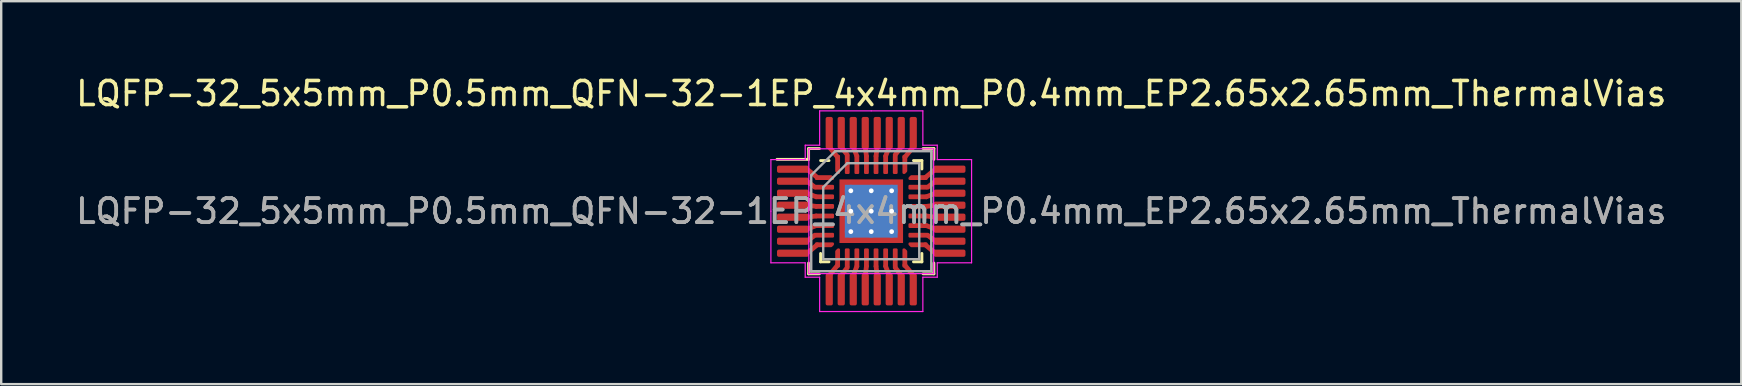
<source format=kicad_pcb>
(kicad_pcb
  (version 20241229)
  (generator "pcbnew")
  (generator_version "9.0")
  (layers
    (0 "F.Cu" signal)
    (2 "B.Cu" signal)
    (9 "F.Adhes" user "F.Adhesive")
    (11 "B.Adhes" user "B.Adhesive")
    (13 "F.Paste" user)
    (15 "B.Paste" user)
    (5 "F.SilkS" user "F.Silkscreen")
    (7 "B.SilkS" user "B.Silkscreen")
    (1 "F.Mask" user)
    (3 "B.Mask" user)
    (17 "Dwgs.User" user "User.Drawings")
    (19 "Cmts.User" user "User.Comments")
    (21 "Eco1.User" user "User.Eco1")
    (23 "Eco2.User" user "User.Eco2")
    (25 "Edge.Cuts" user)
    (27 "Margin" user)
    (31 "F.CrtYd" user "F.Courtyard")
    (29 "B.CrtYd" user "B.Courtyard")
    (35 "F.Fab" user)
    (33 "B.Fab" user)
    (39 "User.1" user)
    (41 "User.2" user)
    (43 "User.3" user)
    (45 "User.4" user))
  (footprint "LQFP-32_5x5mm_P0.5mm_QFN-32-1EP_4x4mm_P0.4mm_EP2.65x2.65mm_ThermalVias"
    (layer "F.Cu")
    (at 33.244 5.748)
    (property "Reference" "LQFP-32_5x5mm_P0.5mm_QFN-32-1EP_4x4mm_P0.4mm_EP2.65x2.65mm_ThermalVias" (at 0 -4.9 0) (layer "F.SilkS") (effects (font (size 1 1) (thickness 0.15))))
    (attr smd)
    (fp_line (start -2.675 -1.75) (end -2.3 -1.45) (stroke (width 0.2) (type solid)) (layer "F.Cu"))
    (fp_line (start -2.675 -1.25) (end -2.35 -1) (stroke (width 0.2) (type solid)) (layer "F.Cu"))
    (fp_line (start -2.675 -0.75) (end -2.3 -0.6) (stroke (width 0.2) (type solid)) (layer "F.Cu"))
    (fp_line (start -2.675 -0.25) (end -2.3 -0.2) (stroke (width 0.2) (type solid)) (layer "F.Cu"))
    (fp_line (start -2.675 0.25) (end -2.3 0.2) (stroke (width 0.2) (type solid)) (layer "F.Cu"))
    (fp_line (start -2.675 0.75) (end -2.3 0.6) (stroke (width 0.2) (type solid)) (layer "F.Cu"))
    (fp_line (start -2.675 1.25) (end -2.35 1) (stroke (width 0.2) (type solid)) (layer "F.Cu"))
    (fp_line (start -2.675 1.75) (end -2.25 1.4) (stroke (width 0.2) (type solid)) (layer "F.Cu"))
    (fp_line (start -1.75 -2.675) (end -1.4 -2.25) (stroke (width 0.2) (type solid)) (layer "F.Cu"))
    (fp_line (start -1.75 2.675) (end -1.4 2.25) (stroke (width 0.2) (type solid)) (layer "F.Cu"))
    (fp_line (start -1.25 -2.675) (end -1 -2.35) (stroke (width 0.2) (type solid)) (layer "F.Cu"))
    (fp_line (start -1.25 2.675) (end -1 2.35) (stroke (width 0.2) (type solid)) (layer "F.Cu"))
    (fp_line (start -0.75 -2.675) (end -0.6 -2.3) (stroke (width 0.2) (type solid)) (layer "F.Cu"))
    (fp_line (start -0.75 2.675) (end -0.6 2.3) (stroke (width 0.2) (type solid)) (layer "F.Cu"))
    (fp_line (start -0.25 -2.675) (end -0.2 -2.3) (stroke (width 0.2) (type solid)) (layer "F.Cu"))
    (fp_line (start -0.25 2.675) (end -0.2 2.3) (stroke (width 0.2) (type solid)) (layer "F.Cu"))
    (fp_line (start 0.25 -2.675) (end 0.2 -2.3) (stroke (width 0.2) (type solid)) (layer "F.Cu"))
    (fp_line (start 0.25 2.675) (end 0.2 2.3) (stroke (width 0.2) (type solid)) (layer "F.Cu"))
    (fp_line (start 0.75 -2.675) (end 0.6 -2.3) (stroke (width 0.2) (type solid)) (layer "F.Cu"))
    (fp_line (start 0.75 2.675) (end 0.6 2.3) (stroke (width 0.2) (type solid)) (layer "F.Cu"))
    (fp_line (start 1.25 -2.675) (end 1 -2.35) (stroke (width 0.2) (type solid)) (layer "F.Cu"))
    (fp_line (start 1.25 2.675) (end 1 2.35) (stroke (width 0.2) (type solid)) (layer "F.Cu"))
    (fp_line (start 1.75 -2.675) (end 1.4 -2.25) (stroke (width 0.2) (type solid)) (layer "F.Cu"))
    (fp_line (start 1.75 2.675) (end 1.4 2.25) (stroke (width 0.2) (type solid)) (layer "F.Cu"))
    (fp_line (start 2.675 -1.75) (end 2.25 -1.4) (stroke (width 0.2) (type solid)) (layer "F.Cu"))
    (fp_line (start 2.675 -1.25) (end 2.35 -1) (stroke (width 0.2) (type solid)) (layer "F.Cu"))
    (fp_line (start 2.675 -0.75) (end 2.3 -0.6) (stroke (width 0.2) (type solid)) (layer "F.Cu"))
    (fp_line (start 2.675 -0.25) (end 2.3 -0.2) (stroke (width 0.2) (type solid)) (layer "F.Cu"))
    (fp_line (start 2.675 0.25) (end 2.3 0.2) (stroke (width 0.2) (type solid)) (layer "F.Cu"))
    (fp_line (start 2.675 0.75) (end 2.3 0.6) (stroke (width 0.2) (type solid)) (layer "F.Cu"))
    (fp_line (start 2.675 1.25) (end 2.35 1) (stroke (width 0.2) (type solid)) (layer "F.Cu"))
    (fp_line (start 2.675 1.75) (end 2.25 1.4) (stroke (width 0.2) (type solid)) (layer "F.Cu"))
    (fp_line (start -2.61 -2.61) (end -2.61 -2.16) (stroke (width 0.12) (type solid)) (layer "F.SilkS"))
    (fp_line (start -2.61 -2.16) (end -3.925 -2.16) (stroke (width 0.12) (type solid)) (layer "F.SilkS"))
    (fp_line (start -2.61 2.61) (end -2.61 2.16) (stroke (width 0.12) (type solid)) (layer "F.SilkS"))
    (fp_line (start -2.16 -2.61) (end -2.61 -2.61) (stroke (width 0.12) (type solid)) (layer "F.SilkS"))
    (fp_line (start -2.16 2.61) (end -2.61 2.61) (stroke (width 0.12) (type solid)) (layer "F.SilkS"))
    (fp_line (start -2.11 2.11) (end -2.11 1.76) (stroke (width 0.12) (type solid)) (layer "F.SilkS"))
    (fp_line (start -1.76 -2.11) (end -2.11 -2.11) (stroke (width 0.12) (type solid)) (layer "F.SilkS"))
    (fp_line (start -1.76 2.11) (end -2.11 2.11) (stroke (width 0.12) (type solid)) (layer "F.SilkS"))
    (fp_line (start 1.76 -2.11) (end 2.11 -2.11) (stroke (width 0.12) (type solid)) (layer "F.SilkS"))
    (fp_line (start 1.76 2.11) (end 2.11 2.11) (stroke (width 0.12) (type solid)) (layer "F.SilkS"))
    (fp_line (start 2.11 -2.11) (end 2.11 -1.76) (stroke (width 0.12) (type solid)) (layer "F.SilkS"))
    (fp_line (start 2.11 2.11) (end 2.11 1.76) (stroke (width 0.12) (type solid)) (layer "F.SilkS"))
    (fp_line (start 2.16 -2.61) (end 2.61 -2.61) (stroke (width 0.12) (type solid)) (layer "F.SilkS"))
    (fp_line (start 2.16 2.61) (end 2.61 2.61) (stroke (width 0.12) (type solid)) (layer "F.SilkS"))
    (fp_line (start 2.61 -2.61) (end 2.61 -2.16) (stroke (width 0.12) (type solid)) (layer "F.SilkS"))
    (fp_line (start 2.61 2.61) (end 2.61 2.16) (stroke (width 0.12) (type solid)) (layer "F.SilkS"))
    (fp_line (start -4.18 -2.15) (end -4.18 0) (stroke (width 0.05) (type solid)) (layer "F.CrtYd"))
    (fp_line (start -4.18 2.15) (end -4.18 0) (stroke (width 0.05) (type solid)) (layer "F.CrtYd"))
    (fp_line (start -2.75 -2.75) (end -2.75 -2.15) (stroke (width 0.05) (type solid)) (layer "F.CrtYd"))
    (fp_line (start -2.75 -2.15) (end -4.18 -2.15) (stroke (width 0.05) (type solid)) (layer "F.CrtYd"))
    (fp_line (start -2.75 2.15) (end -4.18 2.15) (stroke (width 0.05) (type solid)) (layer "F.CrtYd"))
    (fp_line (start -2.75 2.75) (end -2.75 2.15) (stroke (width 0.05) (type solid)) (layer "F.CrtYd"))
    (fp_line (start -2.6 -2.6) (end -2.6 2.6) (stroke (width 0.05) (type solid)) (layer "F.CrtYd"))
    (fp_line (start -2.6 2.6) (end 2.6 2.6) (stroke (width 0.05) (type solid)) (layer "F.CrtYd"))
    (fp_line (start -2.15 -4.18) (end -2.15 -2.75) (stroke (width 0.05) (type solid)) (layer "F.CrtYd"))
    (fp_line (start -2.15 -2.75) (end -2.75 -2.75) (stroke (width 0.05) (type solid)) (layer "F.CrtYd"))
    (fp_line (start -2.15 2.75) (end -2.75 2.75) (stroke (width 0.05) (type solid)) (layer "F.CrtYd"))
    (fp_line (start -2.15 4.18) (end -2.15 2.75) (stroke (width 0.05) (type solid)) (layer "F.CrtYd"))
    (fp_line (start 0 -4.18) (end -2.15 -4.18) (stroke (width 0.05) (type solid)) (layer "F.CrtYd"))
    (fp_line (start 0 -4.18) (end 2.15 -4.18) (stroke (width 0.05) (type solid)) (layer "F.CrtYd"))
    (fp_line (start 0 4.18) (end -2.15 4.18) (stroke (width 0.05) (type solid)) (layer "F.CrtYd"))
    (fp_line (start 0 4.18) (end 2.15 4.18) (stroke (width 0.05) (type solid)) (layer "F.CrtYd"))
    (fp_line (start 2.15 -4.18) (end 2.15 -2.75) (stroke (width 0.05) (type solid)) (layer "F.CrtYd"))
    (fp_line (start 2.15 -2.75) (end 2.75 -2.75) (stroke (width 0.05) (type solid)) (layer "F.CrtYd"))
    (fp_line (start 2.15 2.75) (end 2.75 2.75) (stroke (width 0.05) (type solid)) (layer "F.CrtYd"))
    (fp_line (start 2.15 4.18) (end 2.15 2.75) (stroke (width 0.05) (type solid)) (layer "F.CrtYd"))
    (fp_line (start 2.6 -2.6) (end -2.6 -2.6) (stroke (width 0.05) (type solid)) (layer "F.CrtYd"))
    (fp_line (start 2.6 2.6) (end 2.6 -2.6) (stroke (width 0.05) (type solid)) (layer "F.CrtYd"))
    (fp_line (start 2.75 -2.75) (end 2.75 -2.15) (stroke (width 0.05) (type solid)) (layer "F.CrtYd"))
    (fp_line (start 2.75 -2.15) (end 4.18 -2.15) (stroke (width 0.05) (type solid)) (layer "F.CrtYd"))
    (fp_line (start 2.75 2.15) (end 4.18 2.15) (stroke (width 0.05) (type solid)) (layer "F.CrtYd"))
    (fp_line (start 2.75 2.75) (end 2.75 2.15) (stroke (width 0.05) (type solid)) (layer "F.CrtYd"))
    (fp_line (start 4.18 -2.15) (end 4.18 0) (stroke (width 0.05) (type solid)) (layer "F.CrtYd"))
    (fp_line (start 4.18 2.15) (end 4.18 0) (stroke (width 0.05) (type solid)) (layer "F.CrtYd"))
    (fp_line (start -2.5 -1.5) (end -1.5 -2.5) (stroke (width 0.1) (type solid)) (layer "F.Fab"))
    (fp_line (start -2.5 2.5) (end -2.5 -1.5) (stroke (width 0.1) (type solid)) (layer "F.Fab"))
    (fp_line (start -2 -1) (end -1 -2) (stroke (width 0.1) (type solid)) (layer "F.Fab"))
    (fp_line (start -2 2) (end -2 -1) (stroke (width 0.1) (type solid)) (layer "F.Fab"))
    (fp_line (start -1.5 -2.5) (end 2.5 -2.5) (stroke (width 0.1) (type solid)) (layer "F.Fab"))
    (fp_line (start -1 -2) (end 2 -2) (stroke (width 0.1) (type solid)) (layer "F.Fab"))
    (fp_line (start 2 -2) (end 2 2) (stroke (width 0.1) (type solid)) (layer "F.Fab"))
    (fp_line (start 2 2) (end -2 2) (stroke (width 0.1) (type solid)) (layer "F.Fab"))
    (fp_line (start 2.5 -2.5) (end 2.5 2.5) (stroke (width 0.1) (type solid)) (layer "F.Fab"))
    (fp_line (start 2.5 2.5) (end -2.5 2.5) (stroke (width 0.1) (type solid)) (layer "F.Fab"))
    (fp_text user "${REFERENCE}" (at 0 0 0) (layer "F.Fab") (effects (font (size 1 1) (thickness 0.15))))
    (fp_text user "${REFERENCE}" (at 0 0 0) (layer "F.Fab") (effects (font (size 1 1) (thickness 0.15))))
    (pad "" smd custom (at -1.087 -1.087) (size 0.248 0.248) (layers "F.Paste") (options (anchor circle)) (primitives (gr_poly (pts (xy 0.096 -0.039) (xy -0.039 0.096) (xy -0.096 0.096) (xy -0.096 -0.096) (xy 0.096 -0.096)) (width 0.191) (fill yes))))
    (pad "" smd custom (at -1.087 -0.425) (size 0.274 0.274) (layers "F.Paste") (options (anchor circle)) (primitives (gr_poly (pts (xy 0.096 -0.149) (xy 0.096 0.149) (xy -0.003 0.247) (xy -0.096 0.247) (xy -0.096 -0.247) (xy -0.003 -0.247)) (width 0.191) (fill yes))))
    (pad "" smd custom (at -1.087 0.425) (size 0.274 0.274) (layers "F.Paste") (options (anchor circle)) (primitives (gr_poly (pts (xy 0.096 -0.149) (xy 0.096 0.149) (xy -0.003 0.247) (xy -0.096 0.247) (xy -0.096 -0.247) (xy -0.003 -0.247)) (width 0.191) (fill yes))))
    (pad "" smd custom (at -1.087 1.087) (size 0.248 0.248) (layers "F.Paste") (options (anchor circle)) (primitives (gr_poly (pts (xy 0.096 0.039) (xy 0.096 0.096) (xy -0.096 0.096) (xy -0.096 -0.096) (xy -0.039 -0.096)) (width 0.191) (fill yes))))
    (pad "" smd custom (at -0.425 -1.087) (size 0.274 0.274) (layers "F.Paste") (options (anchor circle)) (primitives (gr_poly (pts (xy 0.247 -0.003) (xy 0.149 0.096) (xy -0.149 0.096) (xy -0.247 -0.003) (xy -0.247 -0.096) (xy 0.247 -0.096)) (width 0.191) (fill yes))))
    (pad "" smd custom (at -0.425 -0.425) (size 0.602 0.602) (layers "F.Paste") (options (anchor circle)) (primitives (gr_poly (pts (xy 0.259 -0.19) (xy 0.259 0.19) (xy 0.19 0.259) (xy -0.19 0.259) (xy -0.259 0.19) (xy -0.259 -0.19) (xy -0.19 -0.259) (xy 0.19 -0.259)) (width 0.167) (fill yes))))
    (pad "" smd custom (at -0.425 0.425) (size 0.602 0.602) (layers "F.Paste") (options (anchor circle)) (primitives (gr_poly (pts (xy 0.259 -0.19) (xy 0.259 0.19) (xy 0.19 0.259) (xy -0.19 0.259) (xy -0.259 0.19) (xy -0.259 -0.19) (xy -0.19 -0.259) (xy 0.19 -0.259)) (width 0.167) (fill yes))))
    (pad "" smd custom (at -0.425 1.087) (size 0.274 0.274) (layers "F.Paste") (options (anchor circle)) (primitives (gr_poly (pts (xy 0.247 0.003) (xy 0.247 0.096) (xy -0.247 0.096) (xy -0.247 0.003) (xy -0.149 -0.096) (xy 0.149 -0.096)) (width 0.191) (fill yes))))
    (pad "" smd custom (at 0.425 -1.087) (size 0.274 0.274) (layers "F.Paste") (options (anchor circle)) (primitives (gr_poly (pts (xy 0.247 -0.003) (xy 0.149 0.096) (xy -0.149 0.096) (xy -0.247 -0.003) (xy -0.247 -0.096) (xy 0.247 -0.096)) (width 0.191) (fill yes))))
    (pad "" smd custom (at 0.425 -0.425) (size 0.602 0.602) (layers "F.Paste") (options (anchor circle)) (primitives (gr_poly (pts (xy 0.259 -0.19) (xy 0.259 0.19) (xy 0.19 0.259) (xy -0.19 0.259) (xy -0.259 0.19) (xy -0.259 -0.19) (xy -0.19 -0.259) (xy 0.19 -0.259)) (width 0.167) (fill yes))))
    (pad "" smd custom (at 0.425 0.425) (size 0.602 0.602) (layers "F.Paste") (options (anchor circle)) (primitives (gr_poly (pts (xy 0.259 -0.19) (xy 0.259 0.19) (xy 0.19 0.259) (xy -0.19 0.259) (xy -0.259 0.19) (xy -0.259 -0.19) (xy -0.19 -0.259) (xy 0.19 -0.259)) (width 0.167) (fill yes))))
    (pad "" smd custom (at 0.425 1.087) (size 0.274 0.274) (layers "F.Paste") (options (anchor circle)) (primitives (gr_poly (pts (xy 0.247 0.003) (xy 0.247 0.096) (xy -0.247 0.096) (xy -0.247 0.003) (xy -0.149 -0.096) (xy 0.149 -0.096)) (width 0.191) (fill yes))))
    (pad "" smd custom (at 1.087 -1.087) (size 0.248 0.248) (layers "F.Paste") (options (anchor circle)) (primitives (gr_poly (pts (xy 0.096 0.096) (xy 0.039 0.096) (xy -0.096 -0.039) (xy -0.096 -0.096) (xy 0.096 -0.096)) (width 0.191) (fill yes))))
    (pad "" smd custom (at 1.087 -0.425) (size 0.274 0.274) (layers "F.Paste") (options (anchor circle)) (primitives (gr_poly (pts (xy 0.096 0.247) (xy 0.003 0.247) (xy -0.096 0.149) (xy -0.096 -0.149) (xy 0.003 -0.247) (xy 0.096 -0.247)) (width 0.191) (fill yes))))
    (pad "" smd custom (at 1.087 0.425) (size 0.274 0.274) (layers "F.Paste") (options (anchor circle)) (primitives (gr_poly (pts (xy 0.096 0.247) (xy 0.003 0.247) (xy -0.096 0.149) (xy -0.096 -0.149) (xy 0.003 -0.247) (xy 0.096 -0.247)) (width 0.191) (fill yes))))
    (pad "" smd custom (at 1.087 1.087) (size 0.248 0.248) (layers "F.Paste") (options (anchor circle)) (primitives (gr_poly (pts (xy 0.096 0.096) (xy -0.096 0.096) (xy -0.096 0.039) (xy 0.039 -0.096) (xy 0.096 -0.096)) (width 0.191) (fill yes))))
    (pad "1" smd roundrect (at -3.263 -1.75) (size 1.325 0.3) (layers "F.Cu" "F.Mask" "F.Paste") (roundrect_rratio 0.25))
    (pad "1" smd custom (at -1.95 -1.4) (size 0.129 0.129) (layers "F.Cu" "F.Mask" "F.Paste") (options (anchor circle)) (primitives (gr_poly (pts (xy 0.35 0.021) (xy 0.35 0.05) (xy -0.35 0.05) (xy -0.35 -0.05) (xy 0.279 -0.05)) (width 0.1) (fill yes))))
    (pad "2" smd roundrect (at -3.263 -1.25) (size 1.325 0.3) (layers "F.Cu" "F.Mask" "F.Paste") (roundrect_rratio 0.25))
    (pad "2" smd roundrect (at -1.95 -1) (size 0.8 0.2) (layers "F.Cu" "F.Mask" "F.Paste") (roundrect_rratio 0.25))
    (pad "3" smd roundrect (at -3.263 -0.75) (size 1.325 0.3) (layers "F.Cu" "F.Mask" "F.Paste") (roundrect_rratio 0.25))
    (pad "3" smd roundrect (at -1.95 -0.6) (size 0.8 0.2) (layers "F.Cu" "F.Mask" "F.Paste") (roundrect_rratio 0.25))
    (pad "4" smd roundrect (at -3.263 -0.25) (size 1.325 0.3) (layers "F.Cu" "F.Mask" "F.Paste") (roundrect_rratio 0.25))
    (pad "4" smd roundrect (at -1.95 -0.2) (size 0.8 0.2) (layers "F.Cu" "F.Mask" "F.Paste") (roundrect_rratio 0.25))
    (pad "5" smd roundrect (at -3.263 0.25) (size 1.325 0.3) (layers "F.Cu" "F.Mask" "F.Paste") (roundrect_rratio 0.25))
    (pad "5" smd roundrect (at -1.95 0.2) (size 0.8 0.2) (layers "F.Cu" "F.Mask" "F.Paste") (roundrect_rratio 0.25))
    (pad "6" smd roundrect (at -3.263 0.75) (size 1.325 0.3) (layers "F.Cu" "F.Mask" "F.Paste") (roundrect_rratio 0.25))
    (pad "6" smd roundrect (at -1.95 0.6) (size 0.8 0.2) (layers "F.Cu" "F.Mask" "F.Paste") (roundrect_rratio 0.25))
    (pad "7" smd roundrect (at -3.263 1.25) (size 1.325 0.3) (layers "F.Cu" "F.Mask" "F.Paste") (roundrect_rratio 0.25))
    (pad "7" smd roundrect (at -1.95 1) (size 0.8 0.2) (layers "F.Cu" "F.Mask" "F.Paste") (roundrect_rratio 0.25))
    (pad "8" smd roundrect (at -3.263 1.75) (size 1.325 0.3) (layers "F.Cu" "F.Mask" "F.Paste") (roundrect_rratio 0.25))
    (pad "8" smd custom (at -1.95 1.4) (size 0.129 0.129) (layers "F.Cu" "F.Mask" "F.Paste") (options (anchor circle)) (primitives (gr_poly (pts (xy 0.35 -0.021) (xy 0.279 0.05) (xy -0.35 0.05) (xy -0.35 -0.05) (xy 0.35 -0.05)) (width 0.1) (fill yes))))
    (pad "9" smd roundrect (at -1.75 3.263) (size 0.3 1.325) (layers "F.Cu" "F.Mask" "F.Paste") (roundrect_rratio 0.25))
    (pad "9" smd custom (at -1.4 1.95) (size 0.129 0.129) (layers "F.Cu" "F.Mask" "F.Paste") (options (anchor circle)) (primitives (gr_poly (pts (xy 0.05 0.35) (xy -0.05 0.35) (xy -0.05 -0.279) (xy 0.021 -0.35) (xy 0.05 -0.35)) (width 0.1) (fill yes))))
    (pad "10" smd roundrect (at -1.25 3.263) (size 0.3 1.325) (layers "F.Cu" "F.Mask" "F.Paste") (roundrect_rratio 0.25))
    (pad "10" smd roundrect (at -1 1.95) (size 0.2 0.8) (layers "F.Cu" "F.Mask" "F.Paste") (roundrect_rratio 0.25))
    (pad "11" smd roundrect (at -0.75 3.263) (size 0.3 1.325) (layers "F.Cu" "F.Mask" "F.Paste") (roundrect_rratio 0.25))
    (pad "11" smd roundrect (at -0.6 1.95) (size 0.2 0.8) (layers "F.Cu" "F.Mask" "F.Paste") (roundrect_rratio 0.25))
    (pad "12" smd roundrect (at -0.25 3.263) (size 0.3 1.325) (layers "F.Cu" "F.Mask" "F.Paste") (roundrect_rratio 0.25))
    (pad "12" smd roundrect (at -0.2 1.95) (size 0.2 0.8) (layers "F.Cu" "F.Mask" "F.Paste") (roundrect_rratio 0.25))
    (pad "13" smd roundrect (at 0.2 1.95) (size 0.2 0.8) (layers "F.Cu" "F.Mask" "F.Paste") (roundrect_rratio 0.25))
    (pad "13" smd roundrect (at 0.25 3.263) (size 0.3 1.325) (layers "F.Cu" "F.Mask" "F.Paste") (roundrect_rratio 0.25))
    (pad "14" smd roundrect (at 0.6 1.95) (size 0.2 0.8) (layers "F.Cu" "F.Mask" "F.Paste") (roundrect_rratio 0.25))
    (pad "14" smd roundrect (at 0.75 3.263) (size 0.3 1.325) (layers "F.Cu" "F.Mask" "F.Paste") (roundrect_rratio 0.25))
    (pad "15" smd roundrect (at 1 1.95) (size 0.2 0.8) (layers "F.Cu" "F.Mask" "F.Paste") (roundrect_rratio 0.25))
    (pad "15" smd roundrect (at 1.25 3.263) (size 0.3 1.325) (layers "F.Cu" "F.Mask" "F.Paste") (roundrect_rratio 0.25))
    (pad "16" smd custom (at 1.4 1.95) (size 0.129 0.129) (layers "F.Cu" "F.Mask" "F.Paste") (options (anchor circle)) (primitives (gr_poly (pts (xy 0.05 -0.279) (xy 0.05 0.35) (xy -0.05 0.35) (xy -0.05 -0.35) (xy -0.021 -0.35)) (width 0.1) (fill yes))))
    (pad "16" smd roundrect (at 1.75 3.263) (size 0.3 1.325) (layers "F.Cu" "F.Mask" "F.Paste") (roundrect_rratio 0.25))
    (pad "17" smd custom (at 1.95 1.4) (size 0.129 0.129) (layers "F.Cu" "F.Mask" "F.Paste") (options (anchor circle)) (primitives (gr_poly (pts (xy 0.35 0.05) (xy -0.279 0.05) (xy -0.35 -0.021) (xy -0.35 -0.05) (xy 0.35 -0.05)) (width 0.1) (fill yes))))
    (pad "17" smd roundrect (at 3.263 1.75) (size 1.325 0.3) (layers "F.Cu" "F.Mask" "F.Paste") (roundrect_rratio 0.25))
    (pad "18" smd roundrect (at 1.95 1) (size 0.8 0.2) (layers "F.Cu" "F.Mask" "F.Paste") (roundrect_rratio 0.25))
    (pad "18" smd roundrect (at 3.263 1.25) (size 1.325 0.3) (layers "F.Cu" "F.Mask" "F.Paste") (roundrect_rratio 0.25))
    (pad "19" smd roundrect (at 1.95 0.6) (size 0.8 0.2) (layers "F.Cu" "F.Mask" "F.Paste") (roundrect_rratio 0.25))
    (pad "19" smd roundrect (at 3.263 0.75) (size 1.325 0.3) (layers "F.Cu" "F.Mask" "F.Paste") (roundrect_rratio 0.25))
    (pad "20" smd roundrect (at 1.95 0.2) (size 0.8 0.2) (layers "F.Cu" "F.Mask" "F.Paste") (roundrect_rratio 0.25))
    (pad "20" smd roundrect (at 3.263 0.25) (size 1.325 0.3) (layers "F.Cu" "F.Mask" "F.Paste") (roundrect_rratio 0.25))
    (pad "21" smd roundrect (at 1.95 -0.2) (size 0.8 0.2) (layers "F.Cu" "F.Mask" "F.Paste") (roundrect_rratio 0.25))
    (pad "21" smd roundrect (at 3.263 -0.25) (size 1.325 0.3) (layers "F.Cu" "F.Mask" "F.Paste") (roundrect_rratio 0.25))
    (pad "22" smd roundrect (at 1.95 -0.6) (size 0.8 0.2) (layers "F.Cu" "F.Mask" "F.Paste") (roundrect_rratio 0.25))
    (pad "22" smd roundrect (at 3.263 -0.75) (size 1.325 0.3) (layers "F.Cu" "F.Mask" "F.Paste") (roundrect_rratio 0.25))
    (pad "23" smd roundrect (at 1.95 -1) (size 0.8 0.2) (layers "F.Cu" "F.Mask" "F.Paste") (roundrect_rratio 0.25))
    (pad "23" smd roundrect (at 3.263 -1.25) (size 1.325 0.3) (layers "F.Cu" "F.Mask" "F.Paste") (roundrect_rratio 0.25))
    (pad "24" smd custom (at 1.95 -1.4) (size 0.129 0.129) (layers "F.Cu" "F.Mask" "F.Paste") (options (anchor circle)) (primitives (gr_poly (pts (xy 0.35 0.05) (xy -0.35 0.05) (xy -0.35 0.021) (xy -0.279 -0.05) (xy 0.35 -0.05)) (width 0.1) (fill yes))))
    (pad "24" smd roundrect (at 3.263 -1.75) (size 1.325 0.3) (layers "F.Cu" "F.Mask" "F.Paste") (roundrect_rratio 0.25))
    (pad "25" smd custom (at 1.4 -1.95) (size 0.129 0.129) (layers "F.Cu" "F.Mask" "F.Paste") (options (anchor circle)) (primitives (gr_poly (pts (xy 0.05 0.279) (xy -0.021 0.35) (xy -0.05 0.35) (xy -0.05 -0.35) (xy 0.05 -0.35)) (width 0.1) (fill yes))))
    (pad "25" smd roundrect (at 1.75 -3.263) (size 0.3 1.325) (layers "F.Cu" "F.Mask" "F.Paste") (roundrect_rratio 0.25))
    (pad "26" smd roundrect (at 1 -1.95) (size 0.2 0.8) (layers "F.Cu" "F.Mask" "F.Paste") (roundrect_rratio 0.25))
    (pad "26" smd roundrect (at 1.25 -3.263) (size 0.3 1.325) (layers "F.Cu" "F.Mask" "F.Paste") (roundrect_rratio 0.25))
    (pad "27" smd roundrect (at 0.6 -1.95) (size 0.2 0.8) (layers "F.Cu" "F.Mask" "F.Paste") (roundrect_rratio 0.25))
    (pad "27" smd roundrect (at 0.75 -3.263) (size 0.3 1.325) (layers "F.Cu" "F.Mask" "F.Paste") (roundrect_rratio 0.25))
    (pad "28" smd roundrect (at 0.2 -1.95) (size 0.2 0.8) (layers "F.Cu" "F.Mask" "F.Paste") (roundrect_rratio 0.25))
    (pad "28" smd roundrect (at 0.25 -3.263) (size 0.3 1.325) (layers "F.Cu" "F.Mask" "F.Paste") (roundrect_rratio 0.25))
    (pad "29" smd roundrect (at -0.25 -3.263) (size 0.3 1.325) (layers "F.Cu" "F.Mask" "F.Paste") (roundrect_rratio 0.25))
    (pad "29" smd roundrect (at -0.2 -1.95) (size 0.2 0.8) (layers "F.Cu" "F.Mask" "F.Paste") (roundrect_rratio 0.25))
    (pad "30" smd roundrect (at -0.75 -3.263) (size 0.3 1.325) (layers "F.Cu" "F.Mask" "F.Paste") (roundrect_rratio 0.25))
    (pad "30" smd roundrect (at -0.6 -1.95) (size 0.2 0.8) (layers "F.Cu" "F.Mask" "F.Paste") (roundrect_rratio 0.25))
    (pad "31" smd roundrect (at -1.25 -3.263) (size 0.3 1.325) (layers "F.Cu" "F.Mask" "F.Paste") (roundrect_rratio 0.25))
    (pad "31" smd roundrect (at -1 -1.95) (size 0.2 0.8) (layers "F.Cu" "F.Mask" "F.Paste") (roundrect_rratio 0.25))
    (pad "32" smd roundrect (at -1.75 -3.263) (size 0.3 1.325) (layers "F.Cu" "F.Mask" "F.Paste") (roundrect_rratio 0.25))
    (pad "32" smd custom (at -1.4 -1.95) (size 0.129 0.129) (layers "F.Cu" "F.Mask" "F.Paste") (options (anchor circle)) (primitives (gr_poly (pts (xy 0.05 0.35) (xy 0.021 0.35) (xy -0.05 0.279) (xy -0.05 -0.35) (xy 0.05 -0.35)) (width 0.1) (fill yes))))
    (pad "33" thru_hole circle (at -0.85 -0.85) (size 0.5 0.5) (drill 0.2) (layers "*.Cu"))
    (pad "33" thru_hole circle (at -0.85 0) (size 0.5 0.5) (drill 0.2) (layers "*.Cu"))
    (pad "33" thru_hole circle (at -0.85 0.85) (size 0.5 0.5) (drill 0.2) (layers "*.Cu"))
    (pad "33" thru_hole circle (at 0 -0.85) (size 0.5 0.5) (drill 0.2) (layers "*.Cu"))
    (pad "33" thru_hole circle (at 0 0) (size 0.5 0.5) (drill 0.2) (layers "*.Cu"))
    (pad "33" smd rect (at 0 0) (size 2.2 2.2) (layers "B.Cu"))
    (pad "33" smd rect (at 0 0) (size 2.65 2.65) (layers "F.Cu" "F.Mask"))
    (pad "33" thru_hole circle (at 0 0.85) (size 0.5 0.5) (drill 0.2) (layers "*.Cu"))
    (pad "33" thru_hole circle (at 0.85 -0.85) (size 0.5 0.5) (drill 0.2) (layers "*.Cu"))
    (pad "33" thru_hole circle (at 0.85 0) (size 0.5 0.5) (drill 0.2) (layers "*.Cu"))
    (pad "33" thru_hole circle (at 0.85 0.85) (size 0.5 0.5) (drill 0.2) (layers "*.Cu")))
  (gr_rect
    (start -3 -3)
    (end 69.488 12.953)
    (stroke (width 0.1) (type default))
    (fill no)
    (layer "Edge.Cuts")))
</source>
